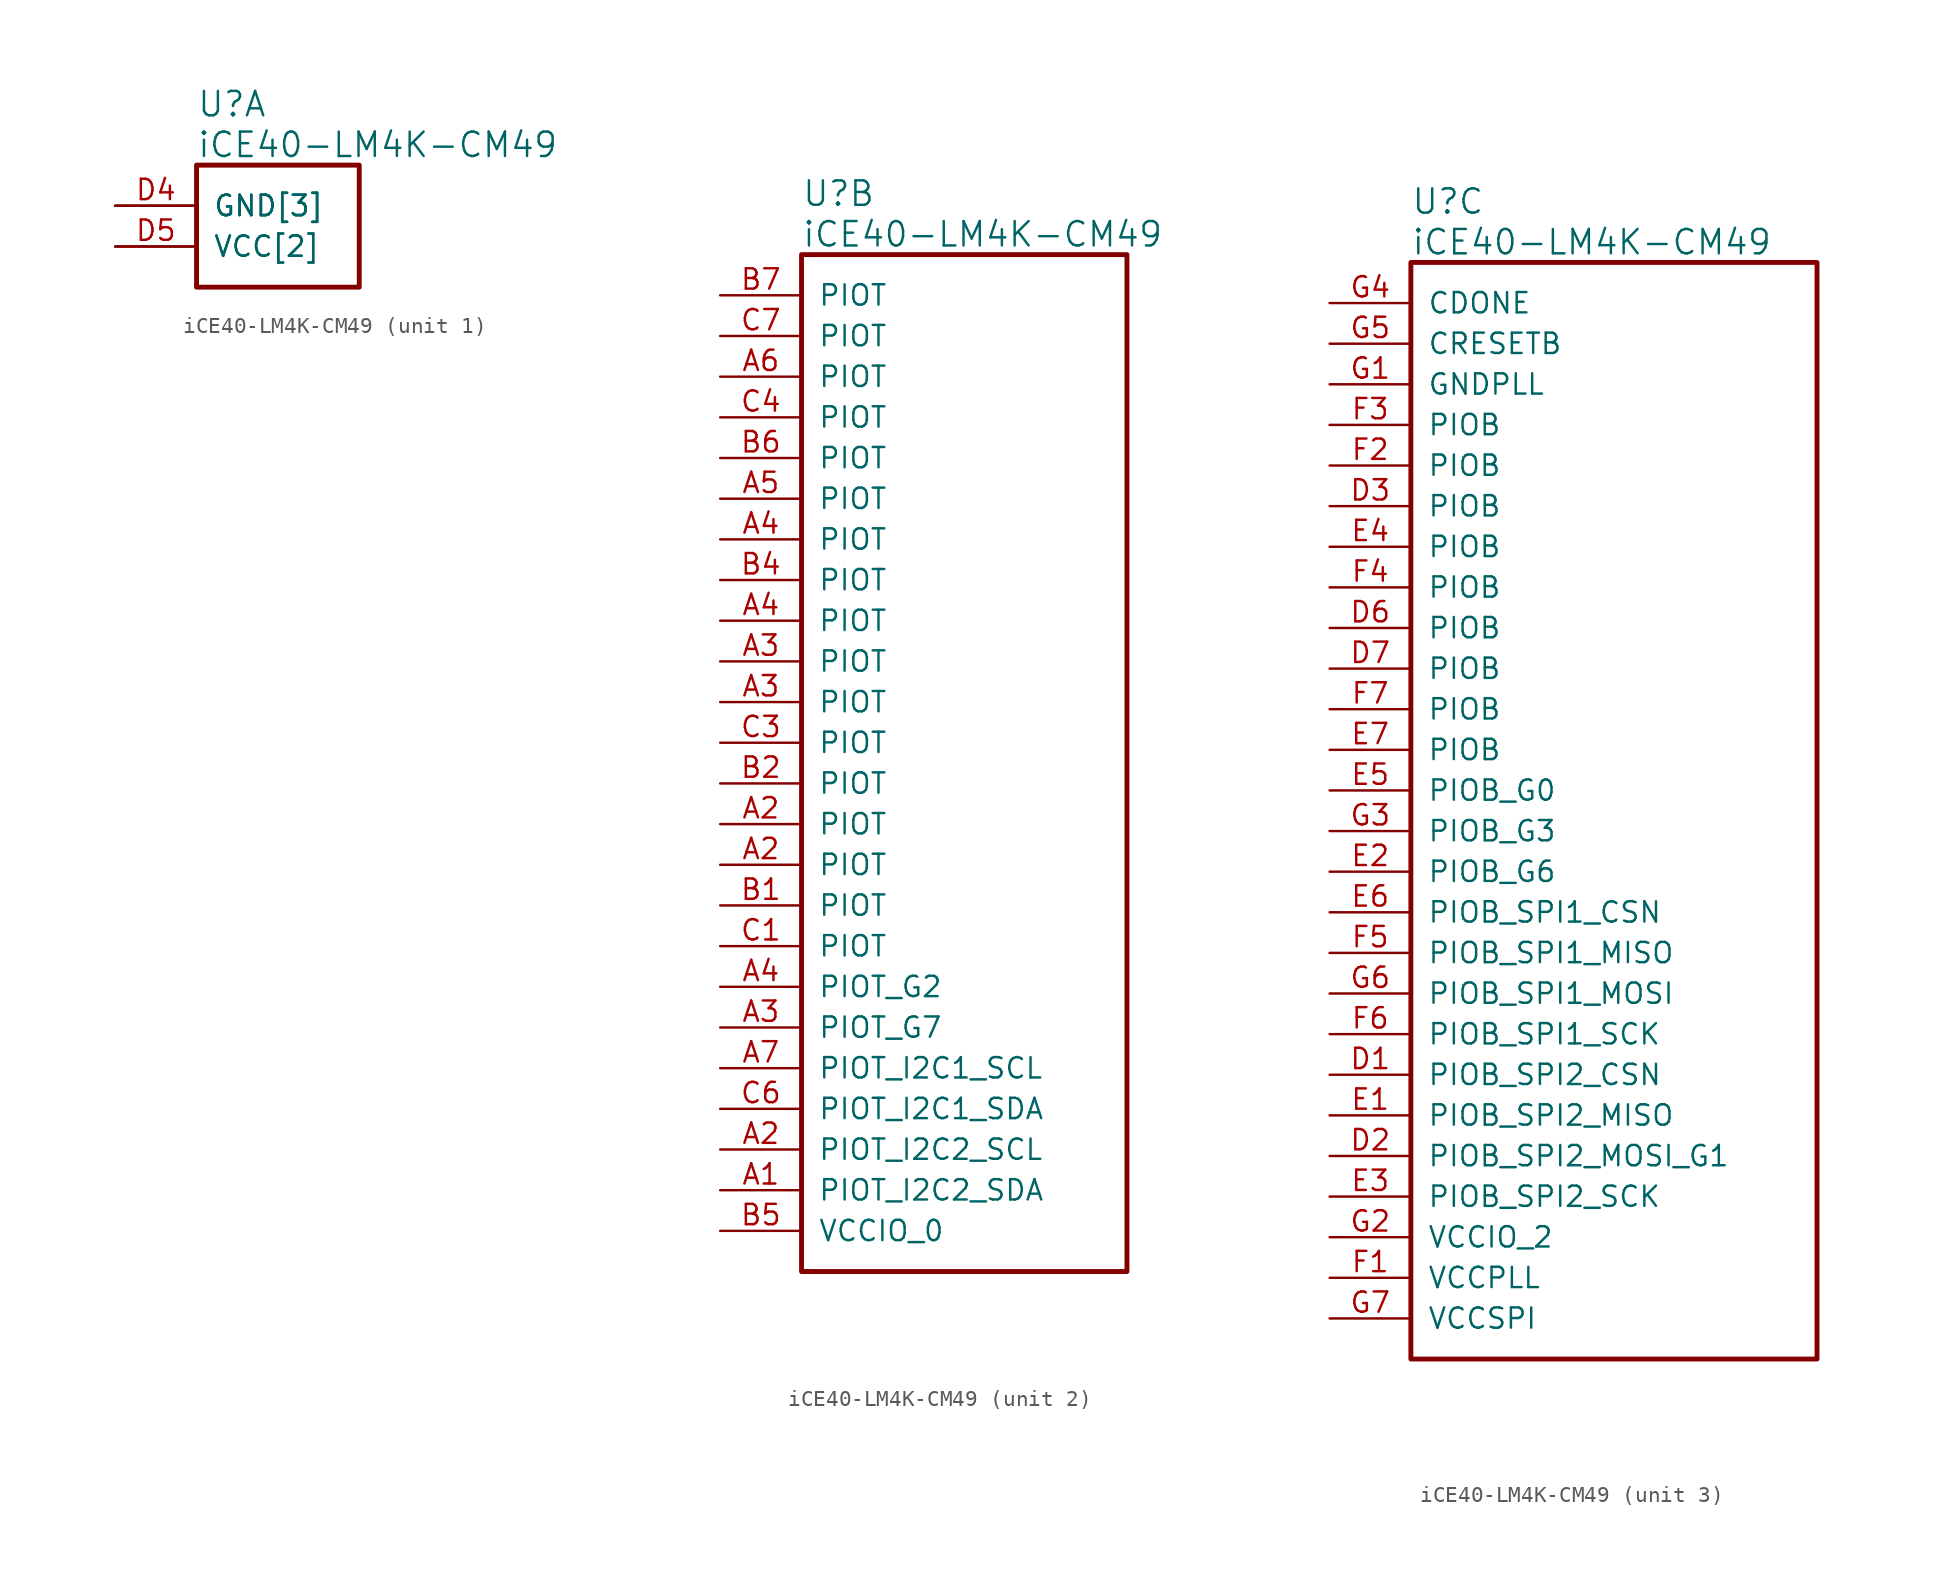
<source format=kicad_sym>
(kicad_symbol_lib
  (version 20241209)
  (generator "kicad_symbol_editor")
  (generator_version "9.0")
  (symbol "iCE40-LM4K-CM49"
    (pin_names
      (offset 1.016))
    (property "Reference" "U"
      (at 5.08 6.35 0)
      (effects (font (size 1.524 1.524)) (justify left)))
    (property "Value" "iCE40-LM4K-CM49"
      (at 5.08 3.81 0)
      (effects (font (size 1.524 1.524)) (justify left)))
    (property "ki_locked" ""
      (at 0 0 0)
      (effects (font (size 1.27 1.27))))
    (symbol "iCE40-LM4K-CM49_1_1"
      (rectangle (start 5.08 2.54) (end 15.24 -5.08) (stroke (width 0.305) (type solid)) (fill (type none)))
      (pin power_in line (at 0 0 0) (length 5.08) (name "GND[3]" (effects (font (size 1.27 1.27)))) (number "C2" (effects (font (size 0 0)))))
      (pin power_in line (at 0 0 0) (length 5.08) (name "GND[3]" (effects (font (size 1.27 1.27)))) (number "C5" (effects (font (size 0 0)))))
      (pin power_in line (at 0 0 0) (length 5.08) (name "GND[3]" (effects (font (size 1.27 1.27)))) (number "D4" (effects (font (size 1.27 1.27)))))
      (pin power_in line (at 0 -2.54 0) (length 5.08) (name "VCC[2]" (effects (font (size 1.27 1.27)))) (number "B3" (effects (font (size 0 0)))))
      (pin power_in line (at 0 -2.54 0) (length 5.08) (name "VCC[2]" (effects (font (size 1.27 1.27)))) (number "D5" (effects (font (size 1.27 1.27))))))
    (symbol "iCE40-LM4K-CM49_2_1"
      (rectangle (start 5.08 2.54) (end 25.4 -60.96) (stroke (width 0.305) (type solid)) (fill (type none)))
      (pin bidirectional line (at 0 0 0) (length 5.08) (name "PIOT" (effects (font (size 1.27 1.27)))) (number "B7" (effects (font (size 1.27 1.27)))))
      (pin bidirectional line (at 0 -2.54 0) (length 5.08) (name "PIOT" (effects (font (size 1.27 1.27)))) (number "C7" (effects (font (size 1.27 1.27)))))
      (pin bidirectional line (at 0 -5.08 0) (length 5.08) (name "PIOT" (effects (font (size 1.27 1.27)))) (number "A6" (effects (font (size 1.27 1.27)))))
      (pin bidirectional line (at 0 -7.62 0) (length 5.08) (name "PIOT" (effects (font (size 1.27 1.27)))) (number "C4" (effects (font (size 1.27 1.27)))))
      (pin bidirectional line (at 0 -10.16 0) (length 5.08) (name "PIOT" (effects (font (size 1.27 1.27)))) (number "B6" (effects (font (size 1.27 1.27)))))
      (pin bidirectional line (at 0 -12.7 0) (length 5.08) (name "PIOT" (effects (font (size 1.27 1.27)))) (number "A5" (effects (font (size 1.27 1.27)))))
      (pin bidirectional line (at 0 -15.24 0) (length 5.08) (name "PIOT" (effects (font (size 1.27 1.27)))) (number "A4" (effects (font (size 1.27 1.27)))))
      (pin bidirectional line (at 0 -17.78 0) (length 5.08) (name "PIOT" (effects (font (size 1.27 1.27)))) (number "B4" (effects (font (size 1.27 1.27)))))
      (pin bidirectional line (at 0 -20.32 0) (length 5.08) (name "PIOT" (effects (font (size 1.27 1.27)))) (number "A4" (effects (font (size 1.27 1.27)))))
      (pin bidirectional line (at 0 -22.86 0) (length 5.08) (name "PIOT" (effects (font (size 1.27 1.27)))) (number "A3" (effects (font (size 1.27 1.27)))))
      (pin bidirectional line (at 0 -25.4 0) (length 5.08) (name "PIOT" (effects (font (size 1.27 1.27)))) (number "A3" (effects (font (size 1.27 1.27)))))
      (pin bidirectional line (at 0 -27.94 0) (length 5.08) (name "PIOT" (effects (font (size 1.27 1.27)))) (number "C3" (effects (font (size 1.27 1.27)))))
      (pin bidirectional line (at 0 -30.48 0) (length 5.08) (name "PIOT" (effects (font (size 1.27 1.27)))) (number "B2" (effects (font (size 1.27 1.27)))))
      (pin bidirectional line (at 0 -33.02 0) (length 5.08) (name "PIOT" (effects (font (size 1.27 1.27)))) (number "A2" (effects (font (size 1.27 1.27)))))
      (pin bidirectional line (at 0 -35.56 0) (length 5.08) (name "PIOT" (effects (font (size 1.27 1.27)))) (number "A2" (effects (font (size 1.27 1.27)))))
      (pin bidirectional line (at 0 -38.1 0) (length 5.08) (name "PIOT" (effects (font (size 1.27 1.27)))) (number "B1" (effects (font (size 1.27 1.27)))))
      (pin bidirectional line (at 0 -40.64 0) (length 5.08) (name "PIOT" (effects (font (size 1.27 1.27)))) (number "C1" (effects (font (size 1.27 1.27)))))
      (pin bidirectional line (at 0 -43.18 0) (length 5.08) (name "PIOT_G2" (effects (font (size 1.27 1.27)))) (number "A4" (effects (font (size 1.27 1.27)))))
      (pin bidirectional line (at 0 -45.72 0) (length 5.08) (name "PIOT_G7" (effects (font (size 1.27 1.27)))) (number "A3" (effects (font (size 1.27 1.27)))))
      (pin bidirectional line (at 0 -48.26 0) (length 5.08) (name "PIOT_I2C1_SCL" (effects (font (size 1.27 1.27)))) (number "A7" (effects (font (size 1.27 1.27)))))
      (pin bidirectional line (at 0 -50.8 0) (length 5.08) (name "PIOT_I2C1_SDA" (effects (font (size 1.27 1.27)))) (number "C6" (effects (font (size 1.27 1.27)))))
      (pin bidirectional line (at 0 -53.34 0) (length 5.08) (name "PIOT_I2C2_SCL" (effects (font (size 1.27 1.27)))) (number "A2" (effects (font (size 1.27 1.27)))))
      (pin bidirectional line (at 0 -55.88 0) (length 5.08) (name "PIOT_I2C2_SDA" (effects (font (size 1.27 1.27)))) (number "A1" (effects (font (size 1.27 1.27)))))
      (pin power_in line (at 0 -58.42 0) (length 5.08) (name "VCCIO_0" (effects (font (size 1.27 1.27)))) (number "B5" (effects (font (size 1.27 1.27))))))
    (symbol "iCE40-LM4K-CM49_3_1"
      (rectangle (start 5.08 2.54) (end 30.48 -66.04) (stroke (width 0.305) (type solid)) (fill (type none)))
      (pin output line (at 0 0 0) (length 5.08) (name "CDONE" (effects (font (size 1.27 1.27)))) (number "G4" (effects (font (size 1.27 1.27)))))
      (pin input line (at 0 -2.54 0) (length 5.08) (name "CRESETB" (effects (font (size 1.27 1.27)))) (number "G5" (effects (font (size 1.27 1.27)))))
      (pin power_in line (at 0 -5.08 0) (length 5.08) (name "GNDPLL" (effects (font (size 1.27 1.27)))) (number "G1" (effects (font (size 1.27 1.27)))))
      (pin bidirectional line (at 0 -7.62 0) (length 5.08) (name "PIOB" (effects (font (size 1.27 1.27)))) (number "F3" (effects (font (size 1.27 1.27)))))
      (pin bidirectional line (at 0 -10.16 0) (length 5.08) (name "PIOB" (effects (font (size 1.27 1.27)))) (number "F2" (effects (font (size 1.27 1.27)))))
      (pin bidirectional line (at 0 -12.7 0) (length 5.08) (name "PIOB" (effects (font (size 1.27 1.27)))) (number "D3" (effects (font (size 1.27 1.27)))))
      (pin bidirectional line (at 0 -15.24 0) (length 5.08) (name "PIOB" (effects (font (size 1.27 1.27)))) (number "E4" (effects (font (size 1.27 1.27)))))
      (pin bidirectional line (at 0 -17.78 0) (length 5.08) (name "PIOB" (effects (font (size 1.27 1.27)))) (number "F4" (effects (font (size 1.27 1.27)))))
      (pin bidirectional line (at 0 -20.32 0) (length 5.08) (name "PIOB" (effects (font (size 1.27 1.27)))) (number "D6" (effects (font (size 1.27 1.27)))))
      (pin bidirectional line (at 0 -22.86 0) (length 5.08) (name "PIOB" (effects (font (size 1.27 1.27)))) (number "D7" (effects (font (size 1.27 1.27)))))
      (pin bidirectional line (at 0 -25.4 0) (length 5.08) (name "PIOB" (effects (font (size 1.27 1.27)))) (number "F7" (effects (font (size 1.27 1.27)))))
      (pin bidirectional line (at 0 -27.94 0) (length 5.08) (name "PIOB" (effects (font (size 1.27 1.27)))) (number "E7" (effects (font (size 1.27 1.27)))))
      (pin bidirectional line (at 0 -30.48 0) (length 5.08) (name "PIOB_G0" (effects (font (size 1.27 1.27)))) (number "E5" (effects (font (size 1.27 1.27)))))
      (pin bidirectional line (at 0 -33.02 0) (length 5.08) (name "PIOB_G3" (effects (font (size 1.27 1.27)))) (number "G3" (effects (font (size 1.27 1.27)))))
      (pin bidirectional line (at 0 -35.56 0) (length 5.08) (name "PIOB_G6" (effects (font (size 1.27 1.27)))) (number "E2" (effects (font (size 1.27 1.27)))))
      (pin bidirectional line (at 0 -38.1 0) (length 5.08) (name "PIOB_SPI1_CSN" (effects (font (size 1.27 1.27)))) (number "E6" (effects (font (size 1.27 1.27)))))
      (pin bidirectional line (at 0 -40.64 0) (length 5.08) (name "PIOB_SPI1_MISO" (effects (font (size 1.27 1.27)))) (number "F5" (effects (font (size 1.27 1.27)))))
      (pin bidirectional line (at 0 -43.18 0) (length 5.08) (name "PIOB_SPI1_MOSI" (effects (font (size 1.27 1.27)))) (number "G6" (effects (font (size 1.27 1.27)))))
      (pin bidirectional line (at 0 -45.72 0) (length 5.08) (name "PIOB_SPI1_SCK" (effects (font (size 1.27 1.27)))) (number "F6" (effects (font (size 1.27 1.27)))))
      (pin bidirectional line (at 0 -48.26 0) (length 5.08) (name "PIOB_SPI2_CSN" (effects (font (size 1.27 1.27)))) (number "D1" (effects (font (size 1.27 1.27)))))
      (pin bidirectional line (at 0 -50.8 0) (length 5.08) (name "PIOB_SPI2_MISO" (effects (font (size 1.27 1.27)))) (number "E1" (effects (font (size 1.27 1.27)))))
      (pin bidirectional line (at 0 -53.34 0) (length 5.08) (name "PIOB_SPI2_MOSI_G1" (effects (font (size 1.27 1.27)))) (number "D2" (effects (font (size 1.27 1.27)))))
      (pin bidirectional line (at 0 -55.88 0) (length 5.08) (name "PIOB_SPI2_SCK" (effects (font (size 1.27 1.27)))) (number "E3" (effects (font (size 1.27 1.27)))))
      (pin power_in line (at 0 -58.42 0) (length 5.08) (name "VCCIO_2" (effects (font (size 1.27 1.27)))) (number "G2" (effects (font (size 1.27 1.27)))))
      (pin power_in line (at 0 -60.96 0) (length 5.08) (name "VCCPLL" (effects (font (size 1.27 1.27)))) (number "F1" (effects (font (size 1.27 1.27)))))
      (pin power_in line (at 0 -63.5 0) (length 5.08) (name "VCCSPI" (effects (font (size 1.27 1.27)))) (number "G7" (effects (font (size 1.27 1.27))))))))
</source>
